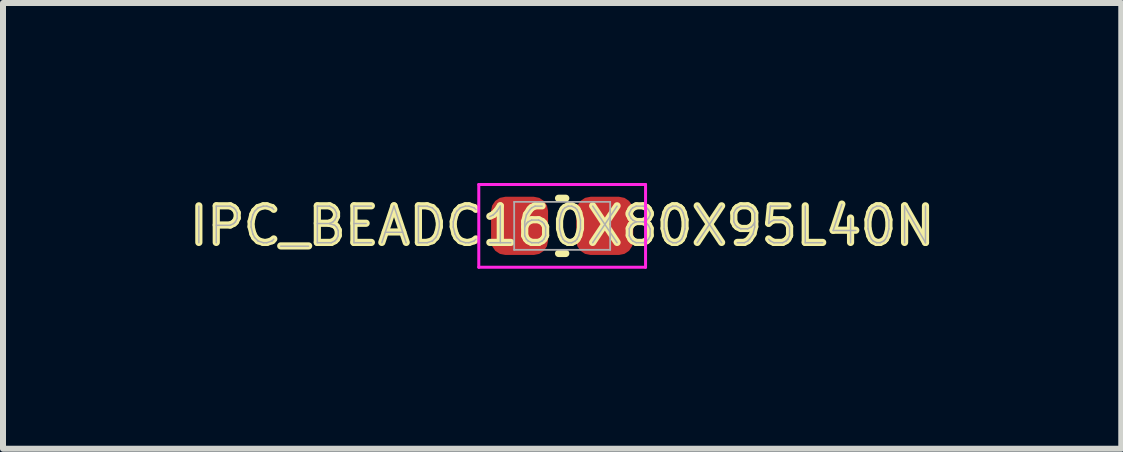
<source format=kicad_pcb>
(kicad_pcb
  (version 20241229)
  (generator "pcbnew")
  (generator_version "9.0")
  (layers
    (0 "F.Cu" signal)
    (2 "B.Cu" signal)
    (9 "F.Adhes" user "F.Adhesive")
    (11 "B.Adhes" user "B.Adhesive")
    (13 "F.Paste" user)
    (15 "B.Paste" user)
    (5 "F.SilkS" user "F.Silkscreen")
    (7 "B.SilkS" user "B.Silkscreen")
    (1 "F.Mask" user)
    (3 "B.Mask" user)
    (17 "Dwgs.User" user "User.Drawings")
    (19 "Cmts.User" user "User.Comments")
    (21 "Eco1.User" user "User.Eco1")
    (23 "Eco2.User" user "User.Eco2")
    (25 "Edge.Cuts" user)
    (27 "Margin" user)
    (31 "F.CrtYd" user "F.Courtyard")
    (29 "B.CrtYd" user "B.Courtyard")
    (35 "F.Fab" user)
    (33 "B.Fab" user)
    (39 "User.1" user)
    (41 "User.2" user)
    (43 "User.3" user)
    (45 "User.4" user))
  (footprint "IPC_BEADC160X80X95L40N"
    (layer "F.Cu")
    (at 6.321 0.715)
    (property "Reference" "IPC_BEADC160X80X95L40N" (at 0 0 0) (layer "F.SilkS") (effects (font (size 0.61 0.61) (thickness 0.12))))
    (attr smd)
    (fp_line (start -0.06 0.46) (end 0.06 0.46) (stroke (width 0.12) (type solid)) (layer "F.SilkS"))
    (fp_line (start 0.06 -0.46) (end -0.06 -0.46) (stroke (width 0.12) (type solid)) (layer "F.SilkS"))
    (fp_line (start -1.39 -0.69) (end 1.39 -0.69) (stroke (width 0.05) (type solid)) (layer "F.CrtYd"))
    (fp_line (start -1.39 0.69) (end -1.39 -0.69) (stroke (width 0.05) (type solid)) (layer "F.CrtYd"))
    (fp_line (start 1.39 -0.69) (end 1.39 0.69) (stroke (width 0.05) (type solid)) (layer "F.CrtYd"))
    (fp_line (start 1.39 0.69) (end -1.39 0.69) (stroke (width 0.05) (type solid)) (layer "F.CrtYd"))
    (fp_line (start -0.8 -0.4) (end 0.8 -0.4) (stroke (width 0.03) (type solid)) (layer "F.Fab"))
    (fp_line (start -0.8 0.4) (end -0.8 -0.4) (stroke (width 0.03) (type solid)) (layer "F.Fab"))
    (fp_line (start 0.8 -0.4) (end 0.8 0.4) (stroke (width 0.03) (type solid)) (layer "F.Fab"))
    (fp_line (start 0.8 0.4) (end -0.8 0.4) (stroke (width 0.03) (type solid)) (layer "F.Fab"))
    (fp_text user "${REFERENCE}" (at 0 0 0) (layer "F.Fab") (effects (font (size 0.61 0.61) (thickness 0.025))))
    (pad "1" smd roundrect (at -0.71 0) (size 0.95 0.97) (layers "F.Cu" "F.Mask" "F.Paste") (roundrect_rratio 0.25))
    (pad "2" smd roundrect (at 0.71 0) (size 0.95 0.97) (layers "F.Cu" "F.Mask" "F.Paste") (roundrect_rratio 0.25)))
  (gr_rect
    (start -3 -3)
    (end 15.641 4.43)
    (stroke (width 0.1) (type default))
    (fill no)
    (layer "Edge.Cuts")))
</source>
